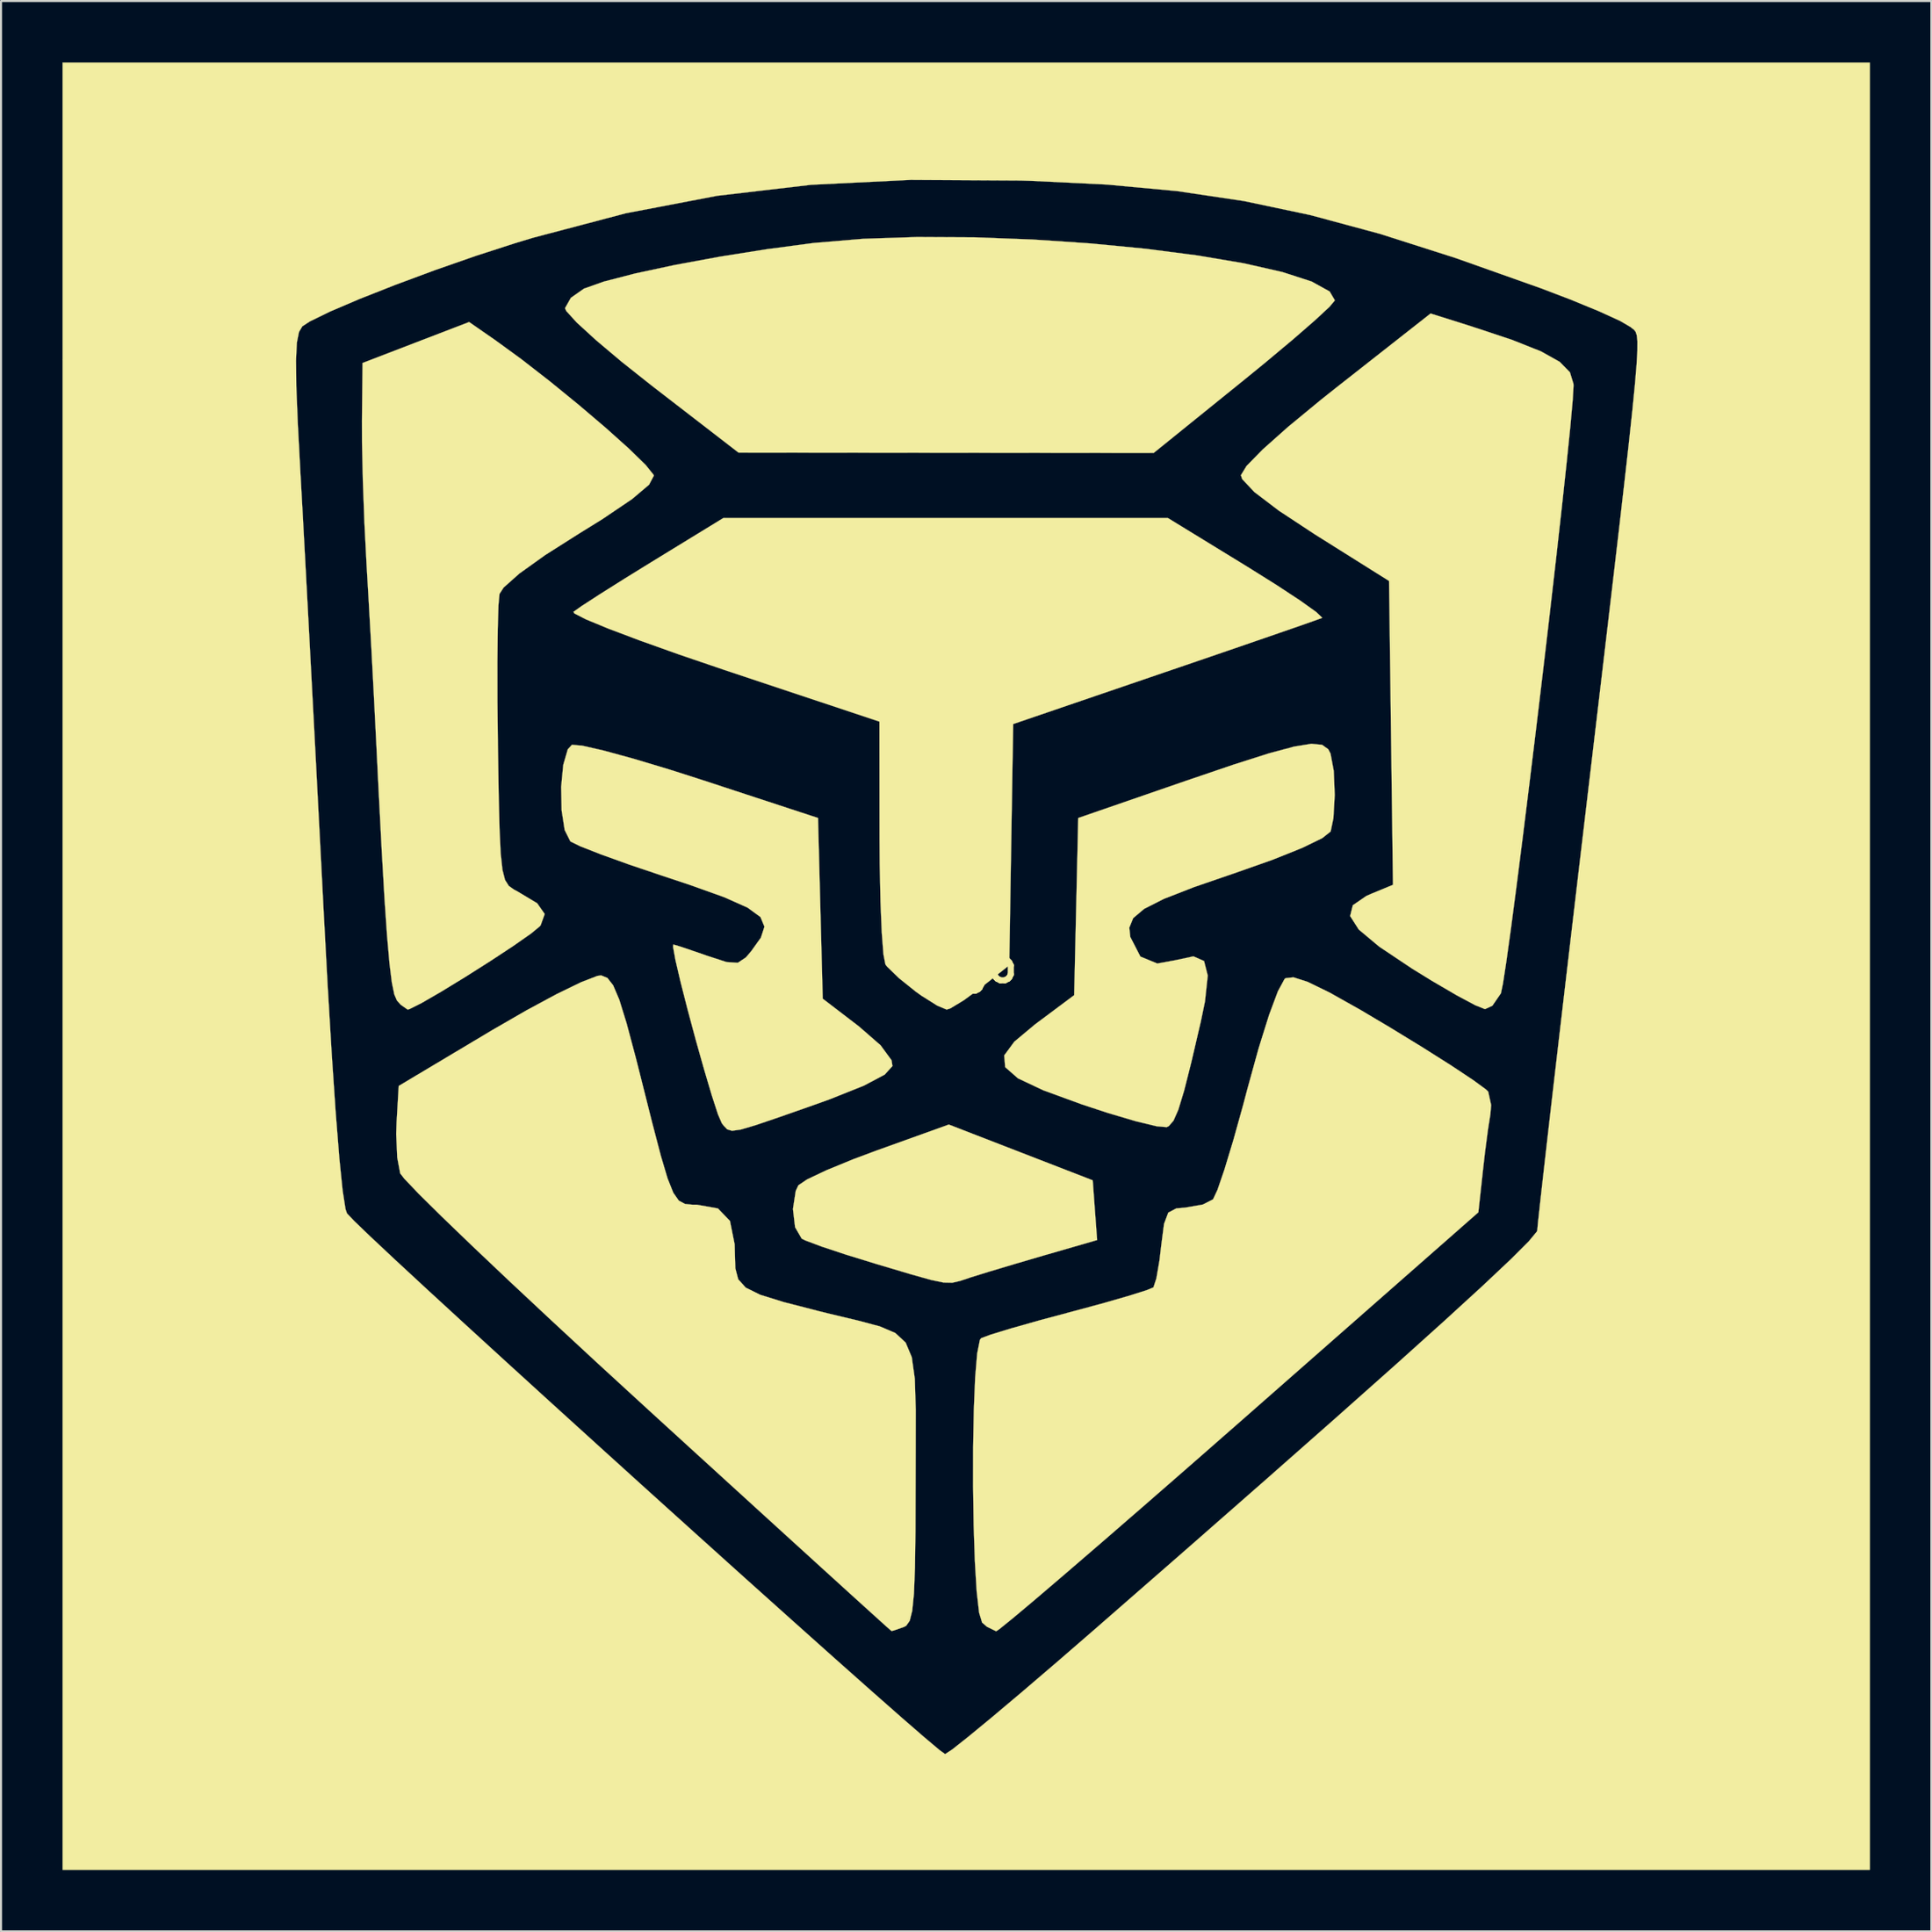
<source format=kicad_pcb>
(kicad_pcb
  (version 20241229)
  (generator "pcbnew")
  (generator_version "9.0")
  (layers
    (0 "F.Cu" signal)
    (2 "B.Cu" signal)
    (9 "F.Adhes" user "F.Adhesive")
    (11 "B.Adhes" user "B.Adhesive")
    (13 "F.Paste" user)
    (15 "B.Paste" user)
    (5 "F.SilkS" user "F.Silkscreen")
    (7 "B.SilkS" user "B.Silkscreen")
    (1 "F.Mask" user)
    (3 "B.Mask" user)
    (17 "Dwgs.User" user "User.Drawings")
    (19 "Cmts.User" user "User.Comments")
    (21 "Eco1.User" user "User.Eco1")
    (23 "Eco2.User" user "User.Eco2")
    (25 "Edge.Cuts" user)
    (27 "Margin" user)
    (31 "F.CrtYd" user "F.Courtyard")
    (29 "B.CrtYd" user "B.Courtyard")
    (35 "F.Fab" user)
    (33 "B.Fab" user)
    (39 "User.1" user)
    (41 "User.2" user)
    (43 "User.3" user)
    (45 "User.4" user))
  (footprint "logo"
    (layer "F.Cu")
    (at 44.102 44.102)
    (property "Reference" "logo" (at 0 0 0) (layer "F.SilkS") (effects (font (size 1.524 1.524) (thickness 0.3))))
    (attr through_hole)
    (fp_poly (pts (xy 2.662 9.089) (xy 6.174 10.45) (xy 6.281 11.907) (xy 6.389 13.364) (xy 3.812 14.109) (xy 2.4 14.523) (xy 1.123 14.905) (xy 0.245 15.178) (xy 0.212 15.188) (xy -0.289 15.356) (xy -0.676 15.447) (xy -1.104 15.438) (xy -1.727 15.308) (xy -2.7 15.034) (xy -4.178 14.594) (xy -4.41 14.525) (xy -5.848 14.082) (xy -7.051 13.683) (xy -7.841 13.387) (xy -8.026 13.297) (xy -8.35 12.739) (xy -8.454 11.848) (xy -8.318 10.968) (xy -8.188 10.69) (xy -7.761 10.403) (xy -6.817 9.956) (xy -5.509 9.419) (xy -4.384 8.999) (xy -0.849 7.729) (xy 2.662 9.089)) (stroke (width 0.01) (type solid)) (fill yes) (layer "F.SilkS"))
    (fp_poly (pts (xy 0.383 -35.569) (xy 3.232 -35.462) (xy 6.062 -35.272) (xy 8.784 -35.009) (xy 11.311 -34.681) (xy 13.558 -34.3) (xy 15.435 -33.874) (xy 16.857 -33.413) (xy 17.736 -32.927) (xy 17.992 -32.493) (xy 17.731 -32.181) (xy 17.009 -31.511) (xy 15.92 -30.566) (xy 14.556 -29.425) (xy 13.569 -28.62) (xy 9.147 -25.047) (xy -11.113 -25.066) (xy -15.346 -28.333) (xy -16.821 -29.503) (xy -18.072 -30.558) (xy -19.002 -31.409) (xy -19.512 -31.969) (xy -19.579 -32.111) (xy -19.291 -32.618) (xy -18.65 -33.068) (xy -17.679 -33.411) (xy -16.155 -33.805) (xy -14.224 -34.219) (xy -12.034 -34.624) (xy -9.733 -34.99) (xy -7.469 -35.29) (xy -7.413 -35.296) (xy -5.027 -35.496) (xy -2.399 -35.584) (xy 0.383 -35.569)) (stroke (width 0.01) (type solid)) (fill yes) (layer "F.SilkS"))
    (fp_poly (pts (xy 13.726 -19.491) (xy 15.153 -18.597) (xy 16.305 -17.839) (xy 17.078 -17.286) (xy 17.369 -17.01) (xy 17.361 -16.995) (xy 16.968 -16.852) (xy 16.006 -16.515) (xy 14.574 -16.02) (xy 12.773 -15.4) (xy 10.7 -14.69) (xy 9.701 -14.349) (xy 2.293 -11.818) (xy 2.196 -5.932) (xy 2.1 -0.046) (xy 0.735 1.035) (xy -0.12 1.664) (xy -0.766 2.054) (xy -0.952 2.117) (xy -1.415 1.923) (xy -2.184 1.439) (xy -2.467 1.236) (xy -3.287 0.578) (xy -3.858 0.023) (xy -3.942 -0.087) (xy -4.037 -0.575) (xy -4.119 -1.64) (xy -4.182 -3.15) (xy -4.22 -4.976) (xy -4.228 -6.232) (xy -4.233 -11.936) (xy -11.849 -14.474) (xy -14.008 -15.21) (xy -15.904 -15.886) (xy -17.447 -16.468) (xy -18.548 -16.922) (xy -19.116 -17.213) (xy -19.169 -17.291) (xy -18.765 -17.577) (xy -17.89 -18.145) (xy -16.676 -18.91) (xy -15.363 -19.721) (xy -11.851 -21.872) (xy -1.006 -21.872) (xy 9.84 -21.872) (xy 13.726 -19.491)) (stroke (width 0.01) (type solid)) (fill yes) (layer "F.SilkS"))
    (fp_poly (pts (xy 24.609 -31.239) (xy 26.628 -30.569) (xy 28.049 -30.005) (xy 28.964 -29.493) (xy 29.463 -28.983) (xy 29.635 -28.421) (xy 29.639 -28.323) (xy 29.599 -27.63) (xy 29.484 -26.356) (xy 29.304 -24.593) (xy 29.071 -22.432) (xy 28.795 -19.965) (xy 28.487 -17.285) (xy 28.158 -14.482) (xy 27.819 -11.649) (xy 27.481 -8.877) (xy 27.156 -6.258) (xy 26.853 -3.884) (xy 26.585 -1.847) (xy 26.361 -0.238) (xy 26.194 0.85) (xy 26.095 1.323) (xy 25.68 1.926) (xy 25.319 2.095) (xy 24.847 1.907) (xy 23.931 1.417) (xy 22.718 0.708) (xy 21.784 0.133) (xy 20.165 -0.947) (xy 19.159 -1.789) (xy 18.737 -2.447) (xy 18.868 -2.974) (xy 19.524 -3.425) (xy 19.762 -3.531) (xy 20.828 -3.972) (xy 20.733 -11.386) (xy 20.637 -18.8) (xy 17.022 -21.07) (xy 15.259 -22.231) (xy 14.067 -23.137) (xy 13.472 -23.768) (xy 13.406 -23.96) (xy 13.682 -24.412) (xy 14.47 -25.217) (xy 15.708 -26.319) (xy 17.333 -27.659) (xy 18.034 -28.215) (xy 22.663 -31.852) (xy 24.609 -31.239)) (stroke (width 0.01) (type solid)) (fill yes) (layer "F.SilkS"))
    (fp_poly (pts (xy 17.369 -10.803) (xy 17.668 -10.587) (xy 17.778 -10.378) (xy 17.937 -9.532) (xy 17.985 -8.357) (xy 17.92 -7.218) (xy 17.785 -6.574) (xy 17.374 -6.249) (xy 16.397 -5.774) (xy 14.964 -5.199) (xy 13.193 -4.574) (xy 11.121 -3.861) (xy 9.646 -3.286) (xy 8.683 -2.798) (xy 8.149 -2.347) (xy 7.959 -1.881) (xy 8.007 -1.429) (xy 8.501 -0.469) (xy 9.326 -0.13) (xy 10.201 -0.29) (xy 11.089 -0.48) (xy 11.608 -0.252) (xy 11.787 0.459) (xy 11.653 1.719) (xy 11.452 2.689) (xy 10.988 4.679) (xy 10.633 6.082) (xy 10.353 7.001) (xy 10.116 7.54) (xy 9.887 7.802) (xy 9.786 7.854) (xy 9.292 7.811) (xy 8.289 7.569) (xy 6.933 7.168) (xy 5.644 6.744) (xy 3.761 6.055) (xy 2.526 5.472) (xy 1.903 4.927) (xy 1.856 4.354) (xy 2.349 3.684) (xy 3.346 2.851) (xy 3.504 2.732) (xy 5.27 1.414) (xy 5.369 -2.909) (xy 5.468 -7.232) (xy 10.76 -9.059) (xy 13.054 -9.839) (xy 14.775 -10.387) (xy 16.01 -10.719) (xy 16.845 -10.853) (xy 17.369 -10.803)) (stroke (width 0.01) (type solid)) (fill yes) (layer "F.SilkS"))
    (fp_poly (pts (xy -18.747 -10.763) (xy -17.708 -10.527) (xy -16.244 -10.127) (xy -14.475 -9.596) (xy -12.977 -9.117) (xy -7.232 -7.232) (xy -7.117 -2.822) (xy -7.001 1.587) (xy -5.243 2.933) (xy -4.178 3.86) (xy -3.644 4.589) (xy -3.599 4.873) (xy -3.978 5.291) (xy -4.99 5.827) (xy -6.661 6.495) (xy -7.413 6.765) (xy -9.117 7.363) (xy -10.274 7.757) (xy -11.004 7.972) (xy -11.427 8.032) (xy -11.663 7.961) (xy -11.833 7.783) (xy -11.924 7.669) (xy -12.112 7.233) (xy -12.414 6.307) (xy -12.789 5.044) (xy -13.196 3.599) (xy -13.593 2.124) (xy -13.938 0.772) (xy -14.189 -0.301) (xy -14.305 -0.944) (xy -14.293 -1.058) (xy -13.936 -0.952) (xy -13.138 -0.682) (xy -12.656 -0.513) (xy -11.697 -0.202) (xy -11.146 -0.165) (xy -10.751 -0.429) (xy -10.495 -0.728) (xy -10.019 -1.392) (xy -9.845 -1.929) (xy -10.04 -2.4) (xy -10.671 -2.859) (xy -11.806 -3.366) (xy -13.511 -3.976) (xy -14.817 -4.41) (xy -16.432 -4.955) (xy -17.82 -5.454) (xy -18.831 -5.851) (xy -19.315 -6.088) (xy -19.595 -6.646) (xy -19.744 -7.614) (xy -19.766 -8.752) (xy -19.664 -9.822) (xy -19.442 -10.586) (xy -19.239 -10.804) (xy -18.747 -10.763)) (stroke (width 0.01) (type solid)) (fill yes) (layer "F.SilkS"))
    (fp_poly (pts (xy -22.977 -30.547) (xy -21.724 -29.635) (xy -20.331 -28.553) (xy -18.913 -27.397) (xy -17.583 -26.265) (xy -16.455 -25.253) (xy -15.642 -24.46) (xy -15.258 -23.981) (xy -15.244 -23.94) (xy -15.476 -23.499) (xy -16.304 -22.798) (xy -17.746 -21.824) (xy -18.868 -21.129) (xy -20.543 -20.067) (xy -21.806 -19.163) (xy -22.576 -18.478) (xy -22.777 -18.168) (xy -22.828 -17.603) (xy -22.862 -16.457) (xy -22.879 -14.854) (xy -22.877 -12.918) (xy -22.854 -10.774) (xy -22.854 -10.77) (xy -22.817 -8.444) (xy -22.776 -6.723) (xy -22.72 -5.51) (xy -22.633 -4.704) (xy -22.505 -4.207) (xy -22.322 -3.918) (xy -22.07 -3.739) (xy -21.931 -3.667) (xy -20.938 -3.072) (xy -20.57 -2.547) (xy -20.767 -1.998) (xy -20.805 -1.95) (xy -21.242 -1.59) (xy -22.1 -0.99) (xy -23.221 -0.252) (xy -24.447 0.526) (xy -25.619 1.242) (xy -26.579 1.798) (xy -27.169 2.093) (xy -27.258 2.117) (xy -27.597 1.88) (xy -27.779 1.676) (xy -27.907 1.383) (xy -28.027 0.801) (xy -28.143 -0.132) (xy -28.262 -1.481) (xy -28.387 -3.307) (xy -28.524 -5.675) (xy -28.678 -8.646) (xy -28.782 -10.76) (xy -28.897 -13.036) (xy -29.032 -15.579) (xy -29.17 -18.034) (xy -29.261 -19.579) (xy -29.365 -21.591) (xy -29.442 -23.681) (xy -29.484 -25.561) (xy -29.487 -26.625) (xy -29.457 -29.438) (xy -26.858 -30.437) (xy -24.259 -31.436) (xy -22.977 -30.547)) (stroke (width 0.01) (type solid)) (fill yes) (layer "F.SilkS"))
    (fp_poly (pts (xy 16.663 0.765) (xy 17.734 1.287) (xy 19.261 2.145) (xy 20.674 2.984) (xy 22.284 3.969) (xy 23.678 4.852) (xy 24.743 5.559) (xy 25.366 6.015) (xy 25.474 6.122) (xy 25.618 6.776) (xy 25.58 7.229) (xy 25.464 7.965) (xy 25.315 9.107) (xy 25.216 9.974) (xy 24.994 12.011) (xy 13.36 22.234) (xy 10.925 24.368) (xy 8.651 26.351) (xy 6.593 28.136) (xy 4.806 29.675) (xy 3.346 30.922) (xy 2.266 31.828) (xy 1.623 32.348) (xy 1.462 32.456) (xy 1.012 32.236) (xy 0.776 32.032) (xy 0.63 31.548) (xy 0.512 30.505) (xy 0.424 29.039) (xy 0.365 27.284) (xy 0.337 25.376) (xy 0.34 23.448) (xy 0.374 21.636) (xy 0.439 20.074) (xy 0.537 18.897) (xy 0.668 18.241) (xy 0.725 18.156) (xy 1.199 17.979) (xy 2.205 17.672) (xy 3.588 17.281) (xy 5.021 16.896) (xy 6.592 16.473) (xy 7.898 16.098) (xy 8.797 15.815) (xy 9.139 15.673) (xy 9.282 15.238) (xy 9.436 14.337) (xy 9.517 13.648) (xy 9.655 12.576) (xy 9.862 12.026) (xy 10.254 11.82) (xy 10.69 11.782) (xy 11.549 11.632) (xy 12.047 11.377) (xy 12.263 10.919) (xy 12.608 9.908) (xy 13.042 8.474) (xy 13.523 6.75) (xy 13.73 5.968) (xy 14.273 4.001) (xy 14.779 2.385) (xy 15.212 1.226) (xy 15.535 0.629) (xy 15.585 0.586) (xy 15.971 0.543) (xy 16.663 0.765)) (stroke (width 0.01) (type solid)) (fill yes) (layer "F.SilkS"))
    (fp_poly (pts (xy -17.511 0.572) (xy -17.229 0.933) (xy -16.931 1.633) (xy -16.577 2.774) (xy -16.128 4.454) (xy -15.871 5.468) (xy -15.32 7.658) (xy -14.901 9.258) (xy -14.573 10.359) (xy -14.295 11.055) (xy -14.027 11.439) (xy -13.725 11.603) (xy -13.351 11.641) (xy -13.134 11.642) (xy -12.115 11.823) (xy -11.529 12.433) (xy -11.3 13.573) (xy -11.289 14.013) (xy -11.266 14.747) (xy -11.126 15.281) (xy -10.759 15.687) (xy -10.058 16.034) (xy -8.914 16.39) (xy -7.218 16.827) (xy -6.72 16.951) (xy -5.291 17.292) (xy -4.222 17.575) (xy -3.461 17.9) (xy -2.956 18.368) (xy -2.656 19.08) (xy -2.508 20.135) (xy -2.462 21.634) (xy -2.465 23.677) (xy -2.469 25.198) (xy -2.476 27.591) (xy -2.501 29.37) (xy -2.551 30.627) (xy -2.634 31.454) (xy -2.756 31.943) (xy -2.926 32.185) (xy -3.027 32.241) (xy -3.539 32.421) (xy -3.645 32.444) (xy -3.909 32.212) (xy -4.642 31.55) (xy -5.791 30.508) (xy -7.305 29.131) (xy -9.132 27.468) (xy -11.218 25.566) (xy -13.513 23.473) (xy -15.522 21.638) (xy -17.965 19.397) (xy -20.249 17.281) (xy -22.322 15.342) (xy -24.128 13.63) (xy -25.615 12.198) (xy -26.729 11.096) (xy -27.416 10.376) (xy -27.621 10.111) (xy -27.767 9.33) (xy -27.815 8.19) (xy -27.797 7.61) (xy -27.693 5.843) (xy -23.107 3.105) (xy -21.455 2.152) (xy -19.971 1.353) (xy -18.777 0.774) (xy -18.001 0.475) (xy -17.815 0.449) (xy -17.511 0.572)) (stroke (width 0.01) (type solid)) (fill yes) (layer "F.SilkS"))
    (fp_poly (pts (xy 44.097 44.097) (xy -44.097 44.097) (xy -44.097 -29.58) (xy -32.707 -29.58) (xy -32.692 -28.298) (xy -32.619 -26.495) (xy -32.494 -24.122) (xy -32.389 -22.233) (xy -32.255 -19.766) (xy -32.099 -16.846) (xy -31.927 -13.602) (xy -31.746 -10.158) (xy -31.563 -6.642) (xy -31.384 -3.18) (xy -31.375 -2.999) (xy -31.162 0.958) (xy -30.959 4.357) (xy -30.768 7.174) (xy -30.592 9.38) (xy -30.432 10.95) (xy -30.291 11.855) (xy -30.22 12.063) (xy -29.871 12.431) (xy -29.064 13.207) (xy -27.857 14.339) (xy -26.307 15.774) (xy -24.472 17.46) (xy -22.411 19.345) (xy -20.18 21.377) (xy -17.839 23.502) (xy -15.444 25.671) (xy -13.053 27.828) (xy -10.725 29.924) (xy -8.516 31.904) (xy -6.486 33.718) (xy -4.691 35.312) (xy -3.19 36.635) (xy -2.04 37.634) (xy -1.299 38.257) (xy -1.029 38.453) (xy -0.689 38.23) (xy 0.106 37.602) (xy 1.285 36.63) (xy 2.774 35.375) (xy 4.499 33.899) (xy 6.256 32.376) (xy 10.726 28.474) (xy 14.663 25.021) (xy 18.074 22.012) (xy 20.966 19.441) (xy 23.343 17.302) (xy 25.214 15.589) (xy 26.584 14.297) (xy 27.46 13.421) (xy 27.847 12.953) (xy 27.869 12.891) (xy 27.91 12.46) (xy 28.026 11.397) (xy 28.21 9.769) (xy 28.453 7.643) (xy 28.749 5.088) (xy 29.089 2.171) (xy 29.466 -1.039) (xy 29.871 -4.476) (xy 29.994 -5.514) (xy 30.563 -10.322) (xy 31.055 -14.477) (xy 31.474 -18.029) (xy 31.825 -21.024) (xy 32.112 -23.513) (xy 32.341 -25.542) (xy 32.514 -27.161) (xy 32.638 -28.417) (xy 32.717 -29.36) (xy 32.755 -30.037) (xy 32.757 -30.498) (xy 32.727 -30.789) (xy 32.67 -30.96) (xy 32.591 -31.059) (xy 32.494 -31.134) (xy 32.427 -31.19) (xy 31.909 -31.493) (xy 30.878 -31.963) (xy 29.49 -32.534) (xy 28.046 -33.085) (xy 23.881 -34.562) (xy 20.182 -35.743) (xy 16.791 -36.658) (xy 13.551 -37.342) (xy 10.305 -37.826) (xy 6.894 -38.144) (xy 3.162 -38.327) (xy 2.646 -38.342) (xy -2.705 -38.374) (xy -7.577 -38.134) (xy -12.153 -37.598) (xy -16.615 -36.744) (xy -21.144 -35.549) (xy -22.039 -35.278) (xy -23.94 -34.663) (xy -25.922 -33.971) (xy -27.853 -33.254) (xy -29.602 -32.564) (xy -31.038 -31.951) (xy -32.03 -31.468) (xy -32.398 -31.227) (xy -32.561 -30.952) (xy -32.664 -30.434) (xy -32.707 -29.58) (xy -44.097 -29.58) (xy -44.097 -44.097) (xy 44.097 -44.097) (xy 44.097 44.097)) (stroke (width 0.01) (type solid)) (fill yes) (layer "F.SilkS")))
  (gr_rect
    (start -3 -3)
    (end 91.204 91.204)
    (stroke (width 0.1) (type default))
    (fill no)
    (layer "Edge.Cuts")))
</source>
